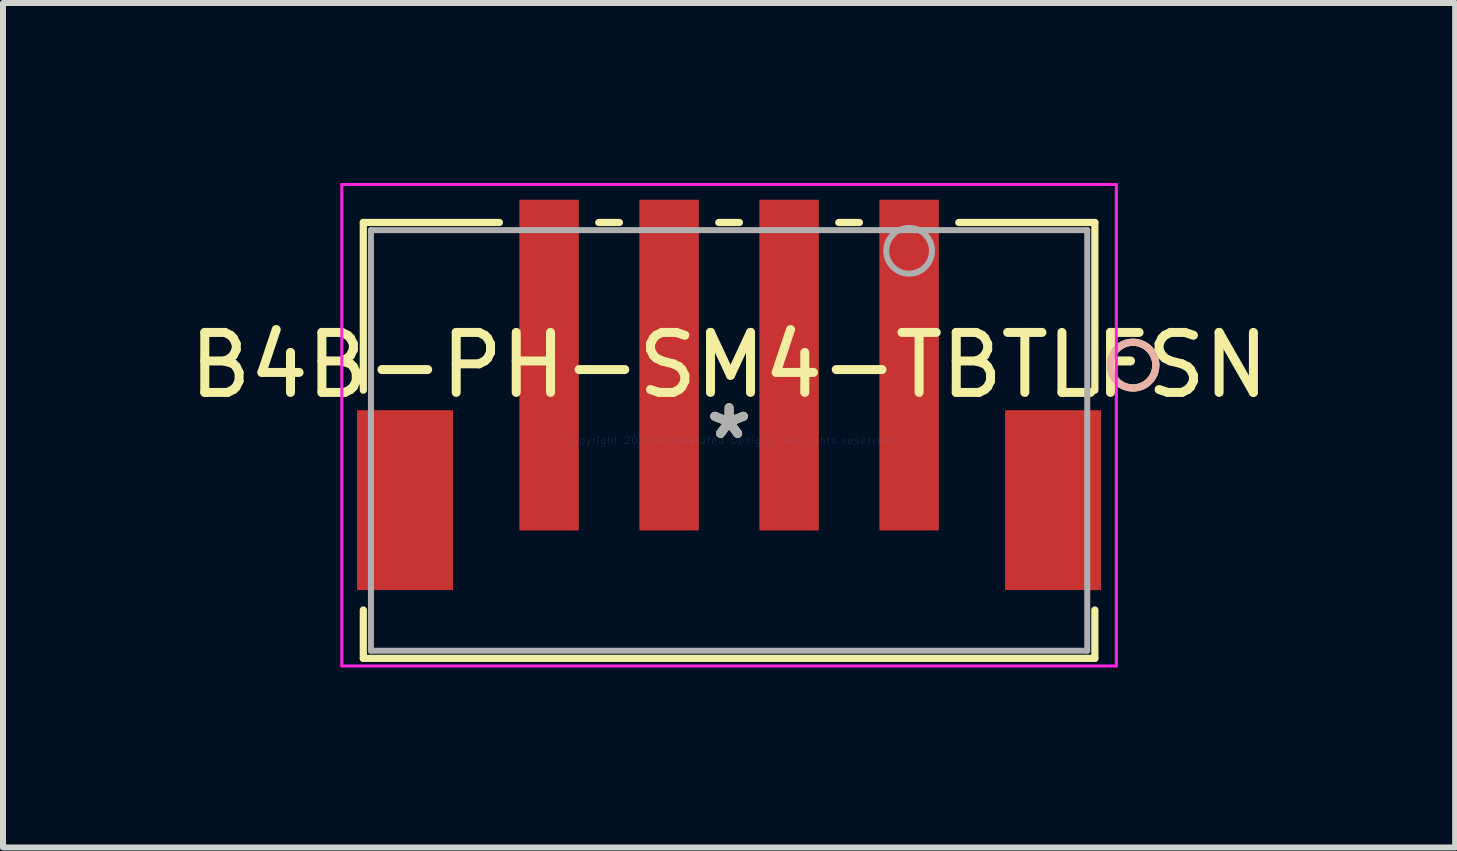
<source format=kicad_pcb>
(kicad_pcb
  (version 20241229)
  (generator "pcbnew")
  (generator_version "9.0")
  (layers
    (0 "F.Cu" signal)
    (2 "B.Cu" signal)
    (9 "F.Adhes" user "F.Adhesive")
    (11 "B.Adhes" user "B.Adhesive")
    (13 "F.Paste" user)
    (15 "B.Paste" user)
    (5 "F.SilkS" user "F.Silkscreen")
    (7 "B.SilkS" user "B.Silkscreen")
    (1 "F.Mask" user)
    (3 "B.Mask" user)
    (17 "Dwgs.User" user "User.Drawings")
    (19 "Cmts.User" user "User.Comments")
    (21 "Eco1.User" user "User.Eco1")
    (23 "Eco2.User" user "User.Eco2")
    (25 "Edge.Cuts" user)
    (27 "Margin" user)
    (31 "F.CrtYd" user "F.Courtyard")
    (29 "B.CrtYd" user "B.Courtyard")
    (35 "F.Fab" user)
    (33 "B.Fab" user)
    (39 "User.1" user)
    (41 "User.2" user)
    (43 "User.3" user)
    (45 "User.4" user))
  (footprint "B4B-PH-SM4-TBTLFSN"
    (layer "F.Cu")
    (at 9.101 4.29)
    (property "Reference" "B4B-PH-SM4-TBTLFSN" (at 0 -1.255 0) (layer "F.SilkS") (effects (font (size 1 1) (thickness 0.15))))
    (attr through_hole)
    (fp_line (start -6.096 -3.632) (end -6.096 -0.837) (stroke (width 0.12) (type solid)) (layer "F.SilkS"))
    (fp_line (start -6.096 2.826) (end -6.096 3.632) (stroke (width 0.12) (type solid)) (layer "F.SilkS"))
    (fp_line (start -6.096 3.632) (end 6.096 3.632) (stroke (width 0.12) (type solid)) (layer "F.SilkS"))
    (fp_line (start -3.828 -3.632) (end -6.096 -3.632) (stroke (width 0.12) (type solid)) (layer "F.SilkS"))
    (fp_line (start -1.828 -3.632) (end -2.172 -3.632) (stroke (width 0.12) (type solid)) (layer "F.SilkS"))
    (fp_line (start 0.172 -3.632) (end -0.172 -3.632) (stroke (width 0.12) (type solid)) (layer "F.SilkS"))
    (fp_line (start 2.172 -3.632) (end 1.828 -3.632) (stroke (width 0.12) (type solid)) (layer "F.SilkS"))
    (fp_line (start 6.096 -3.632) (end 3.828 -3.632) (stroke (width 0.12) (type solid)) (layer "F.SilkS"))
    (fp_line (start 6.096 -0.837) (end 6.096 -3.632) (stroke (width 0.12) (type solid)) (layer "F.SilkS"))
    (fp_line (start 6.096 3.632) (end 6.096 2.826) (stroke (width 0.12) (type solid)) (layer "F.SilkS"))
    (fp_circle (center 6.731 -1.255) (end 7.112 -1.255) (stroke (width 0.12) (type solid)) (fill no) (layer "F.SilkS"))
    (fp_circle (center 6.731 -1.255) (end 7.112 -1.255) (stroke (width 0.12) (type solid)) (fill no) (layer "B.SilkS"))
    (fp_line (start -6.454 -4.265) (end -6.454 3.759) (stroke (width 0.05) (type solid)) (layer "F.CrtYd"))
    (fp_line (start -6.454 3.759) (end 6.454 3.759) (stroke (width 0.05) (type solid)) (layer "F.CrtYd"))
    (fp_line (start 6.454 -4.265) (end -6.454 -4.265) (stroke (width 0.05) (type solid)) (layer "F.CrtYd"))
    (fp_line (start 6.454 3.759) (end 6.454 -4.265) (stroke (width 0.05) (type solid)) (layer "F.CrtYd"))
    (fp_line (start -5.969 -3.505) (end -5.969 3.505) (stroke (width 0.1) (type solid)) (layer "F.Fab"))
    (fp_line (start -5.969 3.505) (end 5.969 3.505) (stroke (width 0.1) (type solid)) (layer "F.Fab"))
    (fp_line (start 5.969 -3.505) (end -5.969 -3.505) (stroke (width 0.1) (type solid)) (layer "F.Fab"))
    (fp_line (start 5.969 3.505) (end 5.969 -3.505) (stroke (width 0.1) (type solid)) (layer "F.Fab"))
    (fp_circle (center 3 -3.16) (end 3.381 -3.16) (stroke (width 0.1) (type solid)) (fill no) (layer "F.Fab"))
    (fp_text user "*" (at 0 0 0) (layer "F.SilkS") (effects (font (size 1 1) (thickness 0.15))))
    (fp_text user "Copyright 2021 Accelerated Designs. All rights reserved." (at 0 0 0) (layer "Cmts.User") (effects (font (size 0.127 0.127) (thickness 0.002))))
    (fp_text user "*" (at 0 0 0) (layer "F.Fab") (effects (font (size 1 1) (thickness 0.15))))
    (pad "1" smd rect (at 3 -1.255) (size 0.991 5.512) (layers "F.Cu" "F.Mask" "F.Paste"))
    (pad "2" smd rect (at 1 -1.255) (size 0.991 5.512) (layers "F.Cu" "F.Mask" "F.Paste"))
    (pad "3" smd rect (at -1 -1.255) (size 0.991 5.512) (layers "F.Cu" "F.Mask" "F.Paste"))
    (pad "4" smd rect (at -3 -1.255) (size 0.991 5.512) (layers "F.Cu" "F.Mask" "F.Paste"))
    (pad "5" smd rect (at -5.4 0.995) (size 1.6 2.997) (layers "F.Cu" "F.Mask" "F.Paste"))
    (pad "6" smd rect (at 5.4 0.995) (size 1.6 2.997) (layers "F.Cu" "F.Mask" "F.Paste")))
  (gr_rect
    (start -3 -3)
    (end 21.202 11.074)
    (stroke (width 0.1) (type default))
    (fill no)
    (layer "Edge.Cuts")))
</source>
